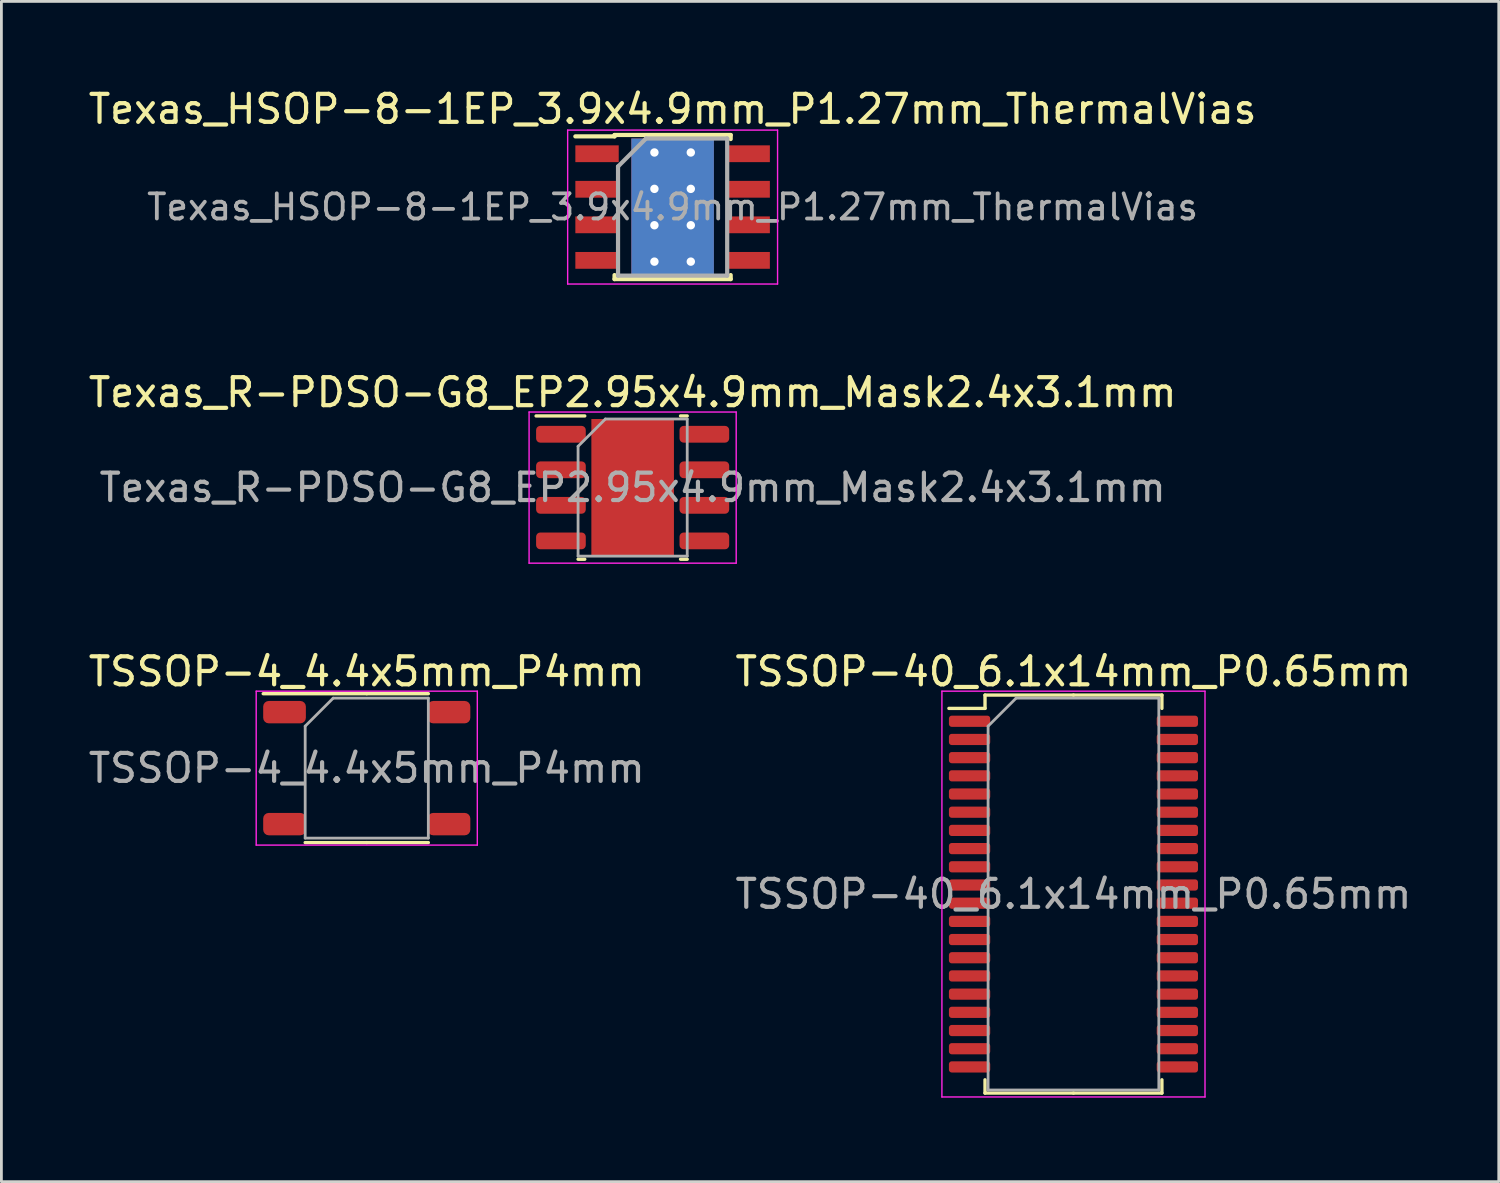
<source format=kicad_pcb>
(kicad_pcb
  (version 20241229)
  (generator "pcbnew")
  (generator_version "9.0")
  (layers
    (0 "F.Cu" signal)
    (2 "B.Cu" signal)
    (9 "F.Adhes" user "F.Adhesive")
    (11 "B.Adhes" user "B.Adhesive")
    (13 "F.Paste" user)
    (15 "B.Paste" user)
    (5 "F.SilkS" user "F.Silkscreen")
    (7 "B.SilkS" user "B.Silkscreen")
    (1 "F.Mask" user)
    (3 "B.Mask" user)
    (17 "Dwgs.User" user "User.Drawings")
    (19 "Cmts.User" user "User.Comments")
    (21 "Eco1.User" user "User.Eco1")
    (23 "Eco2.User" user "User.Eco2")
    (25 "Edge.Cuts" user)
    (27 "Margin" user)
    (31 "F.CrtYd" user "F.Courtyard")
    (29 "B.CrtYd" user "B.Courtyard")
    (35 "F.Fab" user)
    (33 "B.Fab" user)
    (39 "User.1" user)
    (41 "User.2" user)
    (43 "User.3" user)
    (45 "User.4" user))
  (footprint "Texas_HSOP-8-1EP_3.9x4.9mm_P1.27mm_ThermalVias"
    (layer "F.Cu")
    (at 20.982 4.348)
    (property "Reference" "Texas_HSOP-8-1EP_3.9x4.9mm_P1.27mm_ThermalVias" (at 0 -3.5 0) (layer "F.SilkS") (effects (font (size 1 1) (thickness 0.15))))
    (attr smd)
    (fp_line (start -2.075 -2.575) (end -2.075 -2.525) (stroke (width 0.15) (type solid)) (layer "F.SilkS"))
    (fp_line (start -2.075 -2.575) (end 2.075 -2.575) (stroke (width 0.15) (type solid)) (layer "F.SilkS"))
    (fp_line (start -2.075 -2.525) (end -3.475 -2.525) (stroke (width 0.15) (type solid)) (layer "F.SilkS"))
    (fp_line (start -2.075 2.575) (end -2.075 2.43) (stroke (width 0.15) (type solid)) (layer "F.SilkS"))
    (fp_line (start -2.075 2.575) (end 2.075 2.575) (stroke (width 0.15) (type solid)) (layer "F.SilkS"))
    (fp_line (start 2.075 -2.575) (end 2.075 -2.43) (stroke (width 0.15) (type solid)) (layer "F.SilkS"))
    (fp_line (start 2.075 2.575) (end 2.075 2.43) (stroke (width 0.15) (type solid)) (layer "F.SilkS"))
    (fp_line (start -3.75 -2.75) (end -3.75 2.75) (stroke (width 0.05) (type solid)) (layer "F.CrtYd"))
    (fp_line (start -3.75 -2.75) (end 3.75 -2.75) (stroke (width 0.05) (type solid)) (layer "F.CrtYd"))
    (fp_line (start -3.75 2.75) (end 3.75 2.75) (stroke (width 0.05) (type solid)) (layer "F.CrtYd"))
    (fp_line (start 3.75 -2.75) (end 3.75 2.75) (stroke (width 0.05) (type solid)) (layer "F.CrtYd"))
    (fp_line (start -1.95 -1.45) (end -0.95 -2.45) (stroke (width 0.15) (type solid)) (layer "F.Fab"))
    (fp_line (start -1.95 2.45) (end -1.95 -1.45) (stroke (width 0.15) (type solid)) (layer "F.Fab"))
    (fp_line (start -0.95 -2.45) (end 1.95 -2.45) (stroke (width 0.15) (type solid)) (layer "F.Fab"))
    (fp_line (start 1.95 -2.45) (end 1.95 2.45) (stroke (width 0.15) (type solid)) (layer "F.Fab"))
    (fp_line (start 1.95 2.45) (end -1.95 2.45) (stroke (width 0.15) (type solid)) (layer "F.Fab"))
    (fp_text user "${REFERENCE}" (at 0 0 0) (layer "F.Fab") (effects (font (size 0.9 0.9) (thickness 0.135))))
    (pad "" smd rect (at 0 0) (size 2.6 3.1) (layers "F.Mask"))
    (pad "" smd rect (at 0 0) (size 2.6 3.1) (layers "F.Paste"))
    (pad "1" smd rect (at -2.7 -1.905) (size 1.55 0.6) (layers "F.Cu" "F.Mask" "F.Paste"))
    (pad "2" smd rect (at -2.7 -0.635) (size 1.55 0.6) (layers "F.Cu" "F.Mask" "F.Paste"))
    (pad "3" smd rect (at -2.7 0.635) (size 1.55 0.6) (layers "F.Cu" "F.Mask" "F.Paste"))
    (pad "4" smd rect (at -2.7 1.905) (size 1.55 0.6) (layers "F.Cu" "F.Mask" "F.Paste"))
    (pad "5" smd rect (at 2.7 1.905) (size 1.55 0.6) (layers "F.Cu" "F.Mask" "F.Paste"))
    (pad "6" smd rect (at 2.7 0.635) (size 1.55 0.6) (layers "F.Cu" "F.Mask" "F.Paste"))
    (pad "7" smd rect (at 2.7 -0.635) (size 1.55 0.6) (layers "F.Cu" "F.Mask" "F.Paste"))
    (pad "8" smd rect (at 2.7 -1.905) (size 1.55 0.6) (layers "F.Cu" "F.Mask" "F.Paste"))
    (pad "9" thru_hole circle (at -0.65 -1.95) (size 0.6 0.6) (drill 0.3) (layers "*.Cu"))
    (pad "9" thru_hole circle (at -0.65 -0.65) (size 0.6 0.6) (drill 0.3) (layers "*.Cu"))
    (pad "9" thru_hole circle (at -0.65 0.65) (size 0.6 0.6) (drill 0.3) (layers "*.Cu"))
    (pad "9" thru_hole circle (at -0.65 1.95) (size 0.6 0.6) (drill 0.3) (layers "*.Cu"))
    (pad "9" smd rect (at 0 0) (size 2.95 4.9) (layers "F.Cu"))
    (pad "9" smd rect (at 0 0) (size 2.95 4.9) (layers "B.Cu"))
    (pad "9" thru_hole circle (at 0.65 -1.95) (size 0.6 0.6) (drill 0.3) (layers "*.Cu"))
    (pad "9" thru_hole circle (at 0.65 -0.65) (size 0.6 0.6) (drill 0.3) (layers "*.Cu"))
    (pad "9" thru_hole circle (at 0.65 0.65) (size 0.6 0.6) (drill 0.3) (layers "*.Cu"))
    (pad "9" thru_hole circle (at 0.65 1.95) (size 0.6 0.6) (drill 0.3) (layers "*.Cu")))
  (footprint "TSSOP-4_4.4x5mm_P4mm"
    (layer "F.Cu")
    (at 10.054 24.395)
    (property "Reference" "TSSOP-4_4.4x5mm_P4mm" (at 0 -3.45 0) (layer "F.SilkS") (effects (font (size 1 1) (thickness 0.15))))
    (attr smd)
    (fp_line (start 0 -2.66) (end -3.7 -2.66) (stroke (width 0.12) (type solid)) (layer "F.SilkS"))
    (fp_line (start 0 -2.66) (end 2.2 -2.66) (stroke (width 0.12) (type solid)) (layer "F.SilkS"))
    (fp_line (start 0 2.66) (end -2.2 2.66) (stroke (width 0.12) (type solid)) (layer "F.SilkS"))
    (fp_line (start 0 2.66) (end 2.2 2.66) (stroke (width 0.12) (type solid)) (layer "F.SilkS"))
    (fp_line (start -3.95 -2.75) (end -3.95 2.75) (stroke (width 0.05) (type solid)) (layer "F.CrtYd"))
    (fp_line (start -3.95 2.75) (end 3.95 2.75) (stroke (width 0.05) (type solid)) (layer "F.CrtYd"))
    (fp_line (start 3.95 -2.75) (end -3.95 -2.75) (stroke (width 0.05) (type solid)) (layer "F.CrtYd"))
    (fp_line (start 3.95 2.75) (end 3.95 -2.75) (stroke (width 0.05) (type solid)) (layer "F.CrtYd"))
    (fp_line (start -2.2 -1.5) (end -1.2 -2.5) (stroke (width 0.1) (type solid)) (layer "F.Fab"))
    (fp_line (start -2.2 2.5) (end -2.2 -1.5) (stroke (width 0.1) (type solid)) (layer "F.Fab"))
    (fp_line (start -1.2 -2.5) (end 2.2 -2.5) (stroke (width 0.1) (type solid)) (layer "F.Fab"))
    (fp_line (start 2.2 -2.5) (end 2.2 2.5) (stroke (width 0.1) (type solid)) (layer "F.Fab"))
    (fp_line (start 2.2 2.5) (end -2.2 2.5) (stroke (width 0.1) (type solid)) (layer "F.Fab"))
    (fp_text user "${REFERENCE}" (at 0 0 0) (layer "F.Fab") (effects (font (size 1 1) (thickness 0.15))))
    (pad "1" smd roundrect (at -2.938 -2) (size 1.525 0.8) (layers "F.Cu" "F.Mask" "F.Paste") (roundrect_rratio 0.25))
    (pad "2" smd roundrect (at -2.938 2) (size 1.525 0.8) (layers "F.Cu" "F.Mask" "F.Paste") (roundrect_rratio 0.25))
    (pad "3" smd roundrect (at 2.938 2) (size 1.525 0.8) (layers "F.Cu" "F.Mask" "F.Paste") (roundrect_rratio 0.25))
    (pad "4" smd roundrect (at 2.938 -2) (size 1.525 0.8) (layers "F.Cu" "F.Mask" "F.Paste") (roundrect_rratio 0.25)))
  (footprint "Texas_R-PDSO-G8_EP2.95x4.9mm_Mask2.4x3.1mm"
    (layer "F.Cu")
    (at 19.554 14.371)
    (property "Reference" "Texas_R-PDSO-G8_EP2.95x4.9mm_Mask2.4x3.1mm" (at 0 -3.4 0) (layer "F.SilkS") (effects (font (size 1 1) (thickness 0.15))))
    (attr smd)
    (fp_line (start -1.711 -2.56) (end -3.45 -2.56) (stroke (width 0.12) (type solid)) (layer "F.SilkS"))
    (fp_line (start -1.711 2.56) (end -1.95 2.56) (stroke (width 0.12) (type solid)) (layer "F.SilkS"))
    (fp_line (start 1.711 -2.56) (end 1.95 -2.56) (stroke (width 0.12) (type solid)) (layer "F.SilkS"))
    (fp_line (start 1.711 2.56) (end 1.95 2.56) (stroke (width 0.12) (type solid)) (layer "F.SilkS"))
    (fp_line (start -3.7 -2.7) (end -3.7 2.7) (stroke (width 0.05) (type solid)) (layer "F.CrtYd"))
    (fp_line (start -3.7 2.7) (end 3.7 2.7) (stroke (width 0.05) (type solid)) (layer "F.CrtYd"))
    (fp_line (start 3.7 -2.7) (end -3.7 -2.7) (stroke (width 0.05) (type solid)) (layer "F.CrtYd"))
    (fp_line (start 3.7 2.7) (end 3.7 -2.7) (stroke (width 0.05) (type solid)) (layer "F.CrtYd"))
    (fp_line (start -1.95 -1.475) (end -0.975 -2.45) (stroke (width 0.1) (type solid)) (layer "F.Fab"))
    (fp_line (start -1.95 2.45) (end -1.95 -1.475) (stroke (width 0.1) (type solid)) (layer "F.Fab"))
    (fp_line (start -0.975 -2.45) (end 1.95 -2.45) (stroke (width 0.1) (type solid)) (layer "F.Fab"))
    (fp_line (start 1.95 -2.45) (end 1.95 2.45) (stroke (width 0.1) (type solid)) (layer "F.Fab"))
    (fp_line (start 1.95 2.45) (end -1.95 2.45) (stroke (width 0.1) (type solid)) (layer "F.Fab"))
    (fp_text user "${REFERENCE}" (at 0 0 0) (layer "F.Fab") (effects (font (size 0.98 0.98) (thickness 0.15))))
    (pad "" smd roundrect (at -0.6 -1.03) (size 0.97 0.83) (layers "F.Paste") (roundrect_rratio 0.25))
    (pad "" smd roundrect (at -0.6 0) (size 0.97 0.83) (layers "F.Paste") (roundrect_rratio 0.25))
    (pad "" smd roundrect (at -0.6 1.03) (size 0.97 0.83) (layers "F.Paste") (roundrect_rratio 0.25))
    (pad "" smd rect (at 0 0) (size 2.4 3.1) (layers "F.Mask"))
    (pad "" smd roundrect (at 0.6 -1.03) (size 0.97 0.83) (layers "F.Paste") (roundrect_rratio 0.25))
    (pad "" smd roundrect (at 0.6 0) (size 0.97 0.83) (layers "F.Paste") (roundrect_rratio 0.25))
    (pad "" smd roundrect (at 0.6 1.03) (size 0.97 0.83) (layers "F.Paste") (roundrect_rratio 0.25))
    (pad "1" smd roundrect (at -2.562 -1.905) (size 1.775 0.6) (layers "F.Cu" "F.Mask" "F.Paste") (roundrect_rratio 0.25))
    (pad "2" smd roundrect (at -2.562 -0.635) (size 1.775 0.6) (layers "F.Cu" "F.Mask" "F.Paste") (roundrect_rratio 0.25))
    (pad "3" smd roundrect (at -2.562 0.635) (size 1.775 0.6) (layers "F.Cu" "F.Mask" "F.Paste") (roundrect_rratio 0.25))
    (pad "4" smd roundrect (at -2.562 1.905) (size 1.775 0.6) (layers "F.Cu" "F.Mask" "F.Paste") (roundrect_rratio 0.25))
    (pad "5" smd roundrect (at 2.562 1.905) (size 1.775 0.6) (layers "F.Cu" "F.Mask" "F.Paste") (roundrect_rratio 0.25))
    (pad "6" smd roundrect (at 2.562 0.635) (size 1.775 0.6) (layers "F.Cu" "F.Mask" "F.Paste") (roundrect_rratio 0.25))
    (pad "7" smd roundrect (at 2.562 -0.635) (size 1.775 0.6) (layers "F.Cu" "F.Mask" "F.Paste") (roundrect_rratio 0.25))
    (pad "8" smd roundrect (at 2.562 -1.905) (size 1.775 0.6) (layers "F.Cu" "F.Mask" "F.Paste") (roundrect_rratio 0.25))
    (pad "9" smd rect (at 0 0) (size 2.95 4.9) (layers "F.Cu")))
  (footprint "TSSOP-40_6.1x14mm_P0.65mm"
    (layer "F.Cu")
    (at 35.304 28.895)
    (property "Reference" "TSSOP-40_6.1x14mm_P0.65mm" (at 0 -7.95 0) (layer "F.SilkS") (effects (font (size 1 1) (thickness 0.15))))
    (attr smd)
    (fp_line (start -3.16 -7.11) (end -3.16 -6.635) (stroke (width 0.12) (type solid)) (layer "F.SilkS"))
    (fp_line (start -3.16 -6.635) (end -4.45 -6.635) (stroke (width 0.12) (type solid)) (layer "F.SilkS"))
    (fp_line (start -3.16 7.11) (end -3.16 6.635) (stroke (width 0.12) (type solid)) (layer "F.SilkS"))
    (fp_line (start 0 -7.11) (end -3.16 -7.11) (stroke (width 0.12) (type solid)) (layer "F.SilkS"))
    (fp_line (start 0 -7.11) (end 3.16 -7.11) (stroke (width 0.12) (type solid)) (layer "F.SilkS"))
    (fp_line (start 0 7.11) (end -3.16 7.11) (stroke (width 0.12) (type solid)) (layer "F.SilkS"))
    (fp_line (start 0 7.11) (end 3.16 7.11) (stroke (width 0.12) (type solid)) (layer "F.SilkS"))
    (fp_line (start 3.16 -7.11) (end 3.16 -6.635) (stroke (width 0.12) (type solid)) (layer "F.SilkS"))
    (fp_line (start 3.16 7.11) (end 3.16 6.635) (stroke (width 0.12) (type solid)) (layer "F.SilkS"))
    (fp_line (start -4.7 -7.25) (end -4.7 7.25) (stroke (width 0.05) (type solid)) (layer "F.CrtYd"))
    (fp_line (start -4.7 7.25) (end 4.7 7.25) (stroke (width 0.05) (type solid)) (layer "F.CrtYd"))
    (fp_line (start 4.7 -7.25) (end -4.7 -7.25) (stroke (width 0.05) (type solid)) (layer "F.CrtYd"))
    (fp_line (start 4.7 7.25) (end 4.7 -7.25) (stroke (width 0.05) (type solid)) (layer "F.CrtYd"))
    (fp_line (start -3.05 -6) (end -2.05 -7) (stroke (width 0.1) (type solid)) (layer "F.Fab"))
    (fp_line (start -3.05 7) (end -3.05 -6) (stroke (width 0.1) (type solid)) (layer "F.Fab"))
    (fp_line (start -2.05 -7) (end 3.05 -7) (stroke (width 0.1) (type solid)) (layer "F.Fab"))
    (fp_line (start 3.05 -7) (end 3.05 7) (stroke (width 0.1) (type solid)) (layer "F.Fab"))
    (fp_line (start 3.05 7) (end -3.05 7) (stroke (width 0.1) (type solid)) (layer "F.Fab"))
    (fp_text user "${REFERENCE}" (at 0 0 0) (layer "F.Fab") (effects (font (size 1 1) (thickness 0.15))))
    (pad "1" smd roundrect (at -3.712 -6.175) (size 1.475 0.4) (layers "F.Cu" "F.Mask" "F.Paste") (roundrect_rratio 0.25))
    (pad "2" smd roundrect (at -3.712 -5.525) (size 1.475 0.4) (layers "F.Cu" "F.Mask" "F.Paste") (roundrect_rratio 0.25))
    (pad "3" smd roundrect (at -3.712 -4.875) (size 1.475 0.4) (layers "F.Cu" "F.Mask" "F.Paste") (roundrect_rratio 0.25))
    (pad "4" smd roundrect (at -3.712 -4.225) (size 1.475 0.4) (layers "F.Cu" "F.Mask" "F.Paste") (roundrect_rratio 0.25))
    (pad "5" smd roundrect (at -3.712 -3.575) (size 1.475 0.4) (layers "F.Cu" "F.Mask" "F.Paste") (roundrect_rratio 0.25))
    (pad "6" smd roundrect (at -3.712 -2.925) (size 1.475 0.4) (layers "F.Cu" "F.Mask" "F.Paste") (roundrect_rratio 0.25))
    (pad "7" smd roundrect (at -3.712 -2.275) (size 1.475 0.4) (layers "F.Cu" "F.Mask" "F.Paste") (roundrect_rratio 0.25))
    (pad "8" smd roundrect (at -3.712 -1.625) (size 1.475 0.4) (layers "F.Cu" "F.Mask" "F.Paste") (roundrect_rratio 0.25))
    (pad "9" smd roundrect (at -3.712 -0.975) (size 1.475 0.4) (layers "F.Cu" "F.Mask" "F.Paste") (roundrect_rratio 0.25))
    (pad "10" smd roundrect (at -3.712 -0.325) (size 1.475 0.4) (layers "F.Cu" "F.Mask" "F.Paste") (roundrect_rratio 0.25))
    (pad "11" smd roundrect (at -3.712 0.325) (size 1.475 0.4) (layers "F.Cu" "F.Mask" "F.Paste") (roundrect_rratio 0.25))
    (pad "12" smd roundrect (at -3.712 0.975) (size 1.475 0.4) (layers "F.Cu" "F.Mask" "F.Paste") (roundrect_rratio 0.25))
    (pad "13" smd roundrect (at -3.712 1.625) (size 1.475 0.4) (layers "F.Cu" "F.Mask" "F.Paste") (roundrect_rratio 0.25))
    (pad "14" smd roundrect (at -3.712 2.275) (size 1.475 0.4) (layers "F.Cu" "F.Mask" "F.Paste") (roundrect_rratio 0.25))
    (pad "15" smd roundrect (at -3.712 2.925) (size 1.475 0.4) (layers "F.Cu" "F.Mask" "F.Paste") (roundrect_rratio 0.25))
    (pad "16" smd roundrect (at -3.712 3.575) (size 1.475 0.4) (layers "F.Cu" "F.Mask" "F.Paste") (roundrect_rratio 0.25))
    (pad "17" smd roundrect (at -3.712 4.225) (size 1.475 0.4) (layers "F.Cu" "F.Mask" "F.Paste") (roundrect_rratio 0.25))
    (pad "18" smd roundrect (at -3.712 4.875) (size 1.475 0.4) (layers "F.Cu" "F.Mask" "F.Paste") (roundrect_rratio 0.25))
    (pad "19" smd roundrect (at -3.712 5.525) (size 1.475 0.4) (layers "F.Cu" "F.Mask" "F.Paste") (roundrect_rratio 0.25))
    (pad "20" smd roundrect (at -3.712 6.175) (size 1.475 0.4) (layers "F.Cu" "F.Mask" "F.Paste") (roundrect_rratio 0.25))
    (pad "21" smd roundrect (at 3.712 6.175) (size 1.475 0.4) (layers "F.Cu" "F.Mask" "F.Paste") (roundrect_rratio 0.25))
    (pad "22" smd roundrect (at 3.712 5.525) (size 1.475 0.4) (layers "F.Cu" "F.Mask" "F.Paste") (roundrect_rratio 0.25))
    (pad "23" smd roundrect (at 3.712 4.875) (size 1.475 0.4) (layers "F.Cu" "F.Mask" "F.Paste") (roundrect_rratio 0.25))
    (pad "24" smd roundrect (at 3.712 4.225) (size 1.475 0.4) (layers "F.Cu" "F.Mask" "F.Paste") (roundrect_rratio 0.25))
    (pad "25" smd roundrect (at 3.712 3.575) (size 1.475 0.4) (layers "F.Cu" "F.Mask" "F.Paste") (roundrect_rratio 0.25))
    (pad "26" smd roundrect (at 3.712 2.925) (size 1.475 0.4) (layers "F.Cu" "F.Mask" "F.Paste") (roundrect_rratio 0.25))
    (pad "27" smd roundrect (at 3.712 2.275) (size 1.475 0.4) (layers "F.Cu" "F.Mask" "F.Paste") (roundrect_rratio 0.25))
    (pad "28" smd roundrect (at 3.712 1.625) (size 1.475 0.4) (layers "F.Cu" "F.Mask" "F.Paste") (roundrect_rratio 0.25))
    (pad "29" smd roundrect (at 3.712 0.975) (size 1.475 0.4) (layers "F.Cu" "F.Mask" "F.Paste") (roundrect_rratio 0.25))
    (pad "30" smd roundrect (at 3.712 0.325) (size 1.475 0.4) (layers "F.Cu" "F.Mask" "F.Paste") (roundrect_rratio 0.25))
    (pad "31" smd roundrect (at 3.712 -0.325) (size 1.475 0.4) (layers "F.Cu" "F.Mask" "F.Paste") (roundrect_rratio 0.25))
    (pad "32" smd roundrect (at 3.712 -0.975) (size 1.475 0.4) (layers "F.Cu" "F.Mask" "F.Paste") (roundrect_rratio 0.25))
    (pad "33" smd roundrect (at 3.712 -1.625) (size 1.475 0.4) (layers "F.Cu" "F.Mask" "F.Paste") (roundrect_rratio 0.25))
    (pad "34" smd roundrect (at 3.712 -2.275) (size 1.475 0.4) (layers "F.Cu" "F.Mask" "F.Paste") (roundrect_rratio 0.25))
    (pad "35" smd roundrect (at 3.712 -2.925) (size 1.475 0.4) (layers "F.Cu" "F.Mask" "F.Paste") (roundrect_rratio 0.25))
    (pad "36" smd roundrect (at 3.712 -3.575) (size 1.475 0.4) (layers "F.Cu" "F.Mask" "F.Paste") (roundrect_rratio 0.25))
    (pad "37" smd roundrect (at 3.712 -4.225) (size 1.475 0.4) (layers "F.Cu" "F.Mask" "F.Paste") (roundrect_rratio 0.25))
    (pad "38" smd roundrect (at 3.712 -4.875) (size 1.475 0.4) (layers "F.Cu" "F.Mask" "F.Paste") (roundrect_rratio 0.25))
    (pad "39" smd roundrect (at 3.712 -5.525) (size 1.475 0.4) (layers "F.Cu" "F.Mask" "F.Paste") (roundrect_rratio 0.25))
    (pad "40" smd roundrect (at 3.712 -6.175) (size 1.475 0.4) (layers "F.Cu" "F.Mask" "F.Paste") (roundrect_rratio 0.25)))
  (gr_rect
    (start -3 -3)
    (end 50.5 39.17)
    (stroke (width 0.1) (type default))
    (fill no)
    (layer "Edge.Cuts")))
</source>
